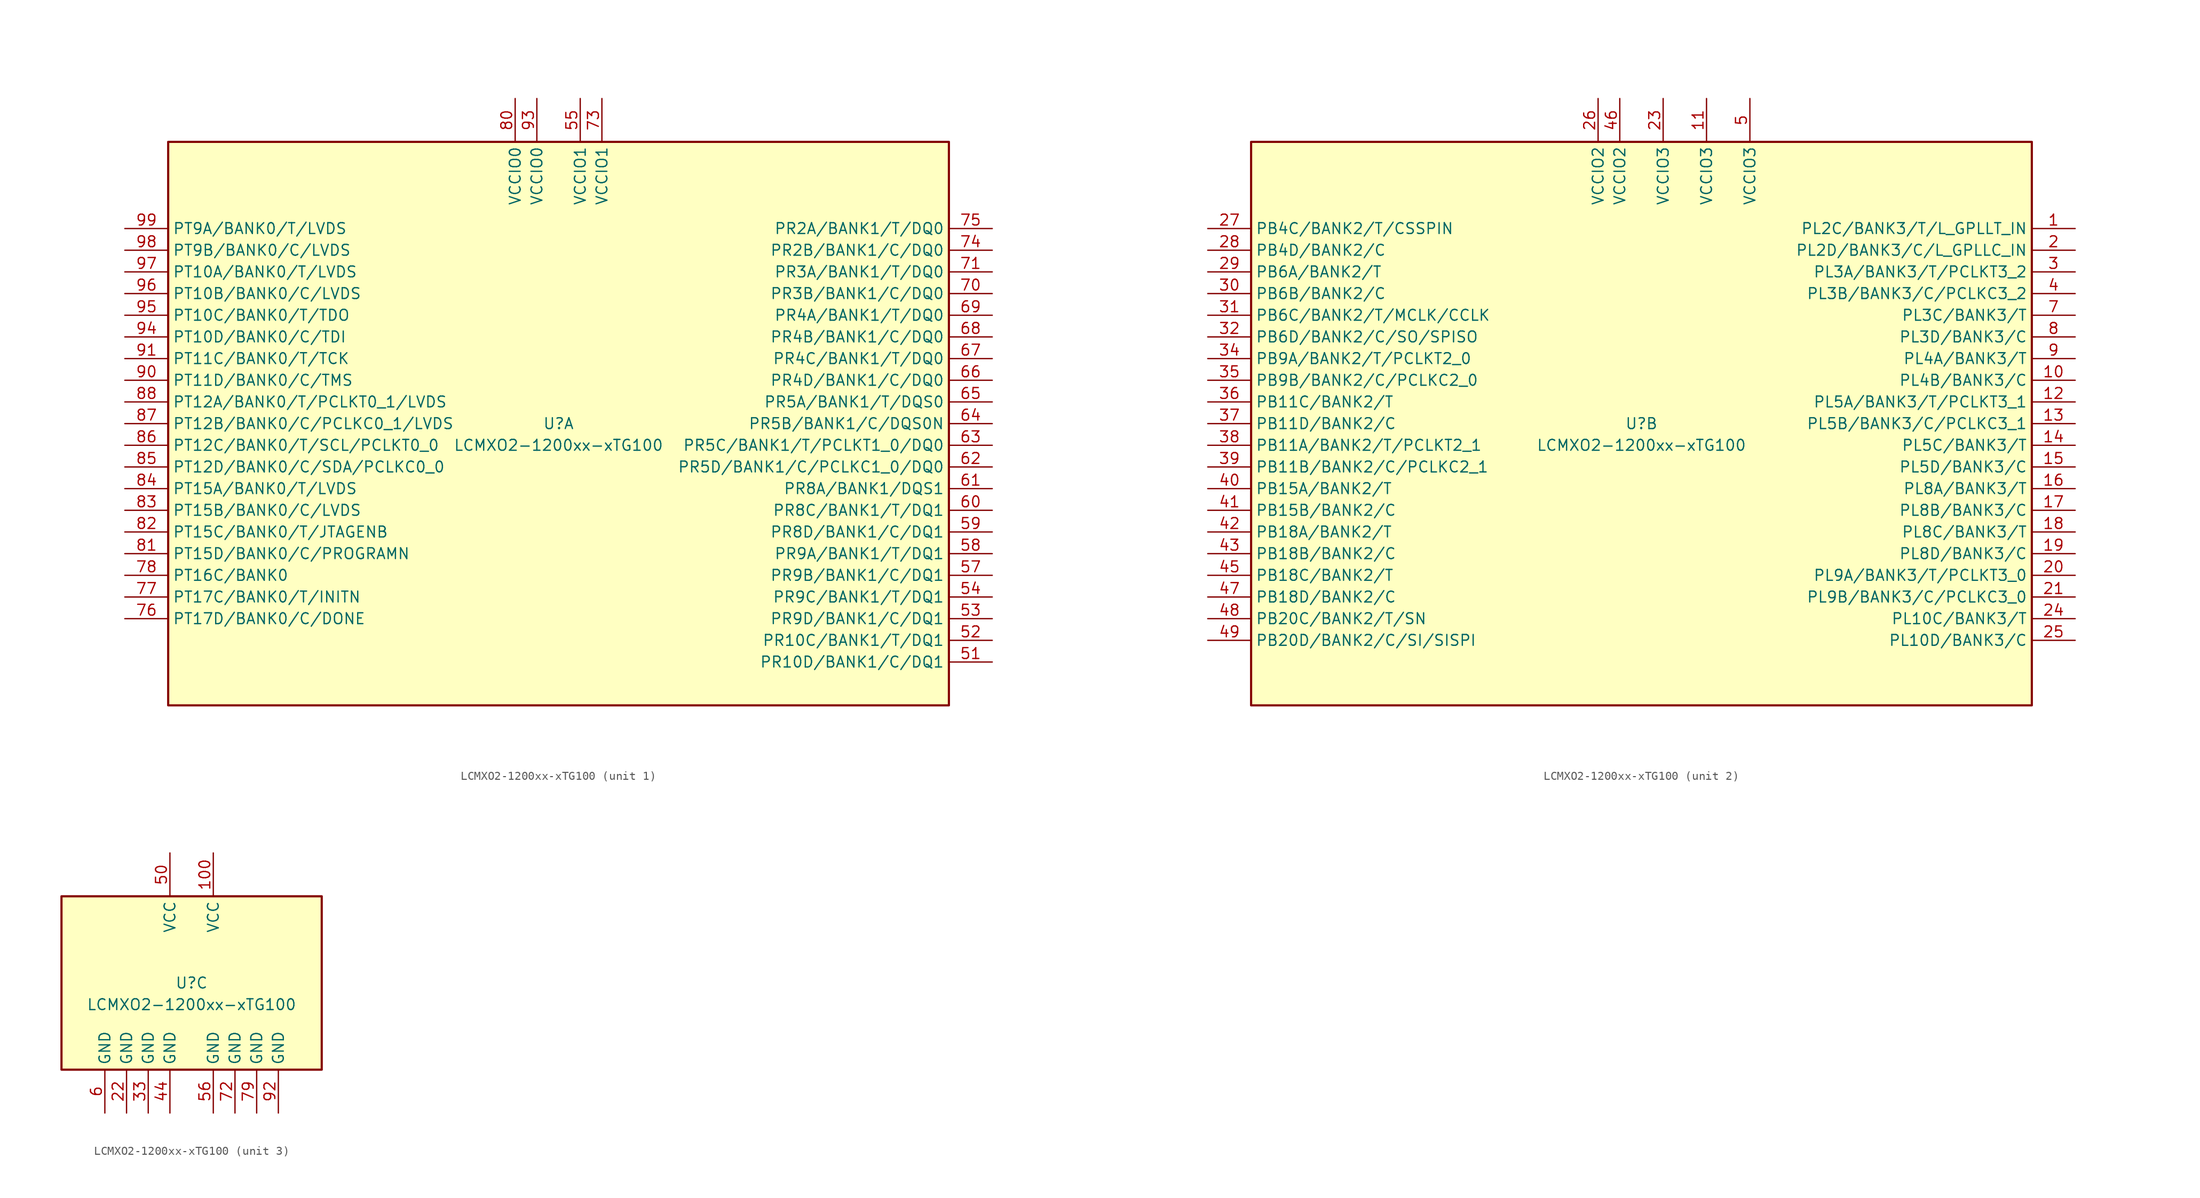
<source format=kicad_sym>
(kicad_symbol_lib
  (version 20241209)
  (generator "kicad_symbol_editor")
  (generator_version "9.0")
  (symbol "LCMXO2-1200xx-xTG100"
    (property "Reference" "U"
      (at 0 0 0)
      (effects (font (size 1.27 1.27))))
    (property "Value" "LCMXO2-1200xx-xTG100"
      (at 0 -2.54 0)
      (effects (font (size 1.27 1.27))))
    (property "ki_locked" ""
      (at 0 0 0)
      (effects (font (size 1.27 1.27))))
    (symbol "LCMXO2-1200xx-xTG100_1_1"
      (rectangle (start -45.72 33.02) (end 45.72 -33.02) (stroke (width 0.254) (type default)) (fill (type background)))
      (pin bidirectional line (at -50.8 22.86 0) (length 5.08) (name "PT9A/BANK0/T/LVDS" (effects (font (size 1.27 1.27)))) (number "99" (effects (font (size 1.27 1.27)))))
      (pin bidirectional line (at -50.8 20.32 0) (length 5.08) (name "PT9B/BANK0/C/LVDS" (effects (font (size 1.27 1.27)))) (number "98" (effects (font (size 1.27 1.27)))))
      (pin bidirectional line (at -50.8 17.78 0) (length 5.08) (name "PT10A/BANK0/T/LVDS" (effects (font (size 1.27 1.27)))) (number "97" (effects (font (size 1.27 1.27)))))
      (pin bidirectional line (at -50.8 15.24 0) (length 5.08) (name "PT10B/BANK0/C/LVDS" (effects (font (size 1.27 1.27)))) (number "96" (effects (font (size 1.27 1.27)))))
      (pin bidirectional line (at -50.8 12.7 0) (length 5.08) (name "PT10C/BANK0/T/TDO" (effects (font (size 1.27 1.27)))) (number "95" (effects (font (size 1.27 1.27)))))
      (pin bidirectional line (at -50.8 10.16 0) (length 5.08) (name "PT10D/BANK0/C/TDI" (effects (font (size 1.27 1.27)))) (number "94" (effects (font (size 1.27 1.27)))))
      (pin bidirectional line (at -50.8 7.62 0) (length 5.08) (name "PT11C/BANK0/T/TCK" (effects (font (size 1.27 1.27)))) (number "91" (effects (font (size 1.27 1.27)))))
      (pin bidirectional line (at -50.8 5.08 0) (length 5.08) (name "PT11D/BANK0/C/TMS" (effects (font (size 1.27 1.27)))) (number "90" (effects (font (size 1.27 1.27)))))
      (pin bidirectional line (at -50.8 2.54 0) (length 5.08) (name "PT12A/BANK0/T/PCLKT0_1/LVDS" (effects (font (size 1.27 1.27)))) (number "88" (effects (font (size 1.27 1.27)))))
      (pin bidirectional line (at -50.8 0 0) (length 5.08) (name "PT12B/BANK0/C/PCLKC0_1/LVDS" (effects (font (size 1.27 1.27)))) (number "87" (effects (font (size 1.27 1.27)))))
      (pin bidirectional line (at -50.8 -2.54 0) (length 5.08) (name "PT12C/BANK0/T/SCL/PCLKT0_0" (effects (font (size 1.27 1.27)))) (number "86" (effects (font (size 1.27 1.27)))))
      (pin bidirectional line (at -50.8 -5.08 0) (length 5.08) (name "PT12D/BANK0/C/SDA/PCLKC0_0" (effects (font (size 1.27 1.27)))) (number "85" (effects (font (size 1.27 1.27)))))
      (pin bidirectional line (at -50.8 -7.62 0) (length 5.08) (name "PT15A/BANK0/T/LVDS" (effects (font (size 1.27 1.27)))) (number "84" (effects (font (size 1.27 1.27)))))
      (pin bidirectional line (at -50.8 -10.16 0) (length 5.08) (name "PT15B/BANK0/C/LVDS" (effects (font (size 1.27 1.27)))) (number "83" (effects (font (size 1.27 1.27)))))
      (pin bidirectional line (at -50.8 -12.7 0) (length 5.08) (name "PT15C/BANK0/T/JTAGENB" (effects (font (size 1.27 1.27)))) (number "82" (effects (font (size 1.27 1.27)))))
      (pin bidirectional line (at -50.8 -15.24 0) (length 5.08) (name "PT15D/BANK0/C/PROGRAMN" (effects (font (size 1.27 1.27)))) (number "81" (effects (font (size 1.27 1.27)))))
      (pin bidirectional line (at -50.8 -17.78 0) (length 5.08) (name "PT16C/BANK0" (effects (font (size 1.27 1.27)))) (number "78" (effects (font (size 1.27 1.27)))))
      (pin bidirectional line (at -50.8 -20.32 0) (length 5.08) (name "PT17C/BANK0/T/INITN" (effects (font (size 1.27 1.27)))) (number "77" (effects (font (size 1.27 1.27)))))
      (pin bidirectional line (at -50.8 -22.86 0) (length 5.08) (name "PT17D/BANK0/C/DONE" (effects (font (size 1.27 1.27)))) (number "76" (effects (font (size 1.27 1.27)))))
      (pin no_connect line (at -45.72 -25.4 0) (length 5.08) (hide yes) (name "NC" (effects (font (size 1.27 1.27)))) (number "89" (effects (font (size 1.27 1.27)))))
      (pin power_in line (at -5.08 38.1 270) (length 5.08) (name "VCCIO0" (effects (font (size 1.27 1.27)))) (number "80" (effects (font (size 1.27 1.27)))))
      (pin power_in line (at -2.54 38.1 270) (length 5.08) (name "VCCIO0" (effects (font (size 1.27 1.27)))) (number "93" (effects (font (size 1.27 1.27)))))
      (pin power_in line (at 2.54 38.1 270) (length 5.08) (name "VCCIO1" (effects (font (size 1.27 1.27)))) (number "55" (effects (font (size 1.27 1.27)))))
      (pin power_in line (at 5.08 38.1 270) (length 5.08) (name "VCCIO1" (effects (font (size 1.27 1.27)))) (number "73" (effects (font (size 1.27 1.27)))))
      (pin bidirectional line (at 50.8 22.86 180) (length 5.08) (name "PR2A/BANK1/T/DQ0" (effects (font (size 1.27 1.27)))) (number "75" (effects (font (size 1.27 1.27)))))
      (pin bidirectional line (at 50.8 20.32 180) (length 5.08) (name "PR2B/BANK1/C/DQ0" (effects (font (size 1.27 1.27)))) (number "74" (effects (font (size 1.27 1.27)))))
      (pin bidirectional line (at 50.8 17.78 180) (length 5.08) (name "PR3A/BANK1/T/DQ0" (effects (font (size 1.27 1.27)))) (number "71" (effects (font (size 1.27 1.27)))))
      (pin bidirectional line (at 50.8 15.24 180) (length 5.08) (name "PR3B/BANK1/C/DQ0" (effects (font (size 1.27 1.27)))) (number "70" (effects (font (size 1.27 1.27)))))
      (pin bidirectional line (at 50.8 12.7 180) (length 5.08) (name "PR4A/BANK1/T/DQ0" (effects (font (size 1.27 1.27)))) (number "69" (effects (font (size 1.27 1.27)))))
      (pin bidirectional line (at 50.8 10.16 180) (length 5.08) (name "PR4B/BANK1/C/DQ0" (effects (font (size 1.27 1.27)))) (number "68" (effects (font (size 1.27 1.27)))))
      (pin bidirectional line (at 50.8 7.62 180) (length 5.08) (name "PR4C/BANK1/T/DQ0" (effects (font (size 1.27 1.27)))) (number "67" (effects (font (size 1.27 1.27)))))
      (pin bidirectional line (at 50.8 5.08 180) (length 5.08) (name "PR4D/BANK1/C/DQ0" (effects (font (size 1.27 1.27)))) (number "66" (effects (font (size 1.27 1.27)))))
      (pin bidirectional line (at 50.8 2.54 180) (length 5.08) (name "PR5A/BANK1/T/DQS0" (effects (font (size 1.27 1.27)))) (number "65" (effects (font (size 1.27 1.27)))))
      (pin bidirectional line (at 50.8 0 180) (length 5.08) (name "PR5B/BANK1/C/DQS0N" (effects (font (size 1.27 1.27)))) (number "64" (effects (font (size 1.27 1.27)))))
      (pin bidirectional line (at 50.8 -2.54 180) (length 5.08) (name "PR5C/BANK1/T/PCLKT1_0/DQ0" (effects (font (size 1.27 1.27)))) (number "63" (effects (font (size 1.27 1.27)))))
      (pin bidirectional line (at 50.8 -5.08 180) (length 5.08) (name "PR5D/BANK1/C/PCLKC1_0/DQ0" (effects (font (size 1.27 1.27)))) (number "62" (effects (font (size 1.27 1.27)))))
      (pin bidirectional line (at 50.8 -7.62 180) (length 5.08) (name "PR8A/BANK1/DQS1" (effects (font (size 1.27 1.27)))) (number "61" (effects (font (size 1.27 1.27)))))
      (pin bidirectional line (at 50.8 -10.16 180) (length 5.08) (name "PR8C/BANK1/T/DQ1" (effects (font (size 1.27 1.27)))) (number "60" (effects (font (size 1.27 1.27)))))
      (pin bidirectional line (at 50.8 -12.7 180) (length 5.08) (name "PR8D/BANK1/C/DQ1" (effects (font (size 1.27 1.27)))) (number "59" (effects (font (size 1.27 1.27)))))
      (pin bidirectional line (at 50.8 -15.24 180) (length 5.08) (name "PR9A/BANK1/T/DQ1" (effects (font (size 1.27 1.27)))) (number "58" (effects (font (size 1.27 1.27)))))
      (pin bidirectional line (at 50.8 -17.78 180) (length 5.08) (name "PR9B/BANK1/C/DQ1" (effects (font (size 1.27 1.27)))) (number "57" (effects (font (size 1.27 1.27)))))
      (pin bidirectional line (at 50.8 -20.32 180) (length 5.08) (name "PR9C/BANK1/T/DQ1" (effects (font (size 1.27 1.27)))) (number "54" (effects (font (size 1.27 1.27)))))
      (pin bidirectional line (at 50.8 -22.86 180) (length 5.08) (name "PR9D/BANK1/C/DQ1" (effects (font (size 1.27 1.27)))) (number "53" (effects (font (size 1.27 1.27)))))
      (pin bidirectional line (at 50.8 -25.4 180) (length 5.08) (name "PR10C/BANK1/T/DQ1" (effects (font (size 1.27 1.27)))) (number "52" (effects (font (size 1.27 1.27)))))
      (pin bidirectional line (at 50.8 -27.94 180) (length 5.08) (name "PR10D/BANK1/C/DQ1" (effects (font (size 1.27 1.27)))) (number "51" (effects (font (size 1.27 1.27))))))
    (symbol "LCMXO2-1200xx-xTG100_2_1"
      (rectangle (start -45.72 33.02) (end 45.72 -33.02) (stroke (width 0.254) (type default)) (fill (type background)))
      (pin bidirectional line (at -50.8 22.86 0) (length 5.08) (name "PB4C/BANK2/T/CSSPIN" (effects (font (size 1.27 1.27)))) (number "27" (effects (font (size 1.27 1.27)))))
      (pin bidirectional line (at -50.8 20.32 0) (length 5.08) (name "PB4D/BANK2/C" (effects (font (size 1.27 1.27)))) (number "28" (effects (font (size 1.27 1.27)))))
      (pin bidirectional line (at -50.8 17.78 0) (length 5.08) (name "PB6A/BANK2/T" (effects (font (size 1.27 1.27)))) (number "29" (effects (font (size 1.27 1.27)))))
      (pin bidirectional line (at -50.8 15.24 0) (length 5.08) (name "PB6B/BANK2/C" (effects (font (size 1.27 1.27)))) (number "30" (effects (font (size 1.27 1.27)))))
      (pin bidirectional line (at -50.8 12.7 0) (length 5.08) (name "PB6C/BANK2/T/MCLK/CCLK" (effects (font (size 1.27 1.27)))) (number "31" (effects (font (size 1.27 1.27)))))
      (pin bidirectional line (at -50.8 10.16 0) (length 5.08) (name "PB6D/BANK2/C/SO/SPISO" (effects (font (size 1.27 1.27)))) (number "32" (effects (font (size 1.27 1.27)))))
      (pin bidirectional line (at -50.8 7.62 0) (length 5.08) (name "PB9A/BANK2/T/PCLKT2_0" (effects (font (size 1.27 1.27)))) (number "34" (effects (font (size 1.27 1.27)))))
      (pin bidirectional line (at -50.8 5.08 0) (length 5.08) (name "PB9B/BANK2/C/PCLKC2_0" (effects (font (size 1.27 1.27)))) (number "35" (effects (font (size 1.27 1.27)))))
      (pin bidirectional line (at -50.8 2.54 0) (length 5.08) (name "PB11C/BANK2/T" (effects (font (size 1.27 1.27)))) (number "36" (effects (font (size 1.27 1.27)))))
      (pin bidirectional line (at -50.8 0 0) (length 5.08) (name "PB11D/BANK2/C" (effects (font (size 1.27 1.27)))) (number "37" (effects (font (size 1.27 1.27)))))
      (pin bidirectional line (at -50.8 -2.54 0) (length 5.08) (name "PB11A/BANK2/T/PCLKT2_1" (effects (font (size 1.27 1.27)))) (number "38" (effects (font (size 1.27 1.27)))))
      (pin bidirectional line (at -50.8 -5.08 0) (length 5.08) (name "PB11B/BANK2/C/PCLKC2_1" (effects (font (size 1.27 1.27)))) (number "39" (effects (font (size 1.27 1.27)))))
      (pin bidirectional line (at -50.8 -7.62 0) (length 5.08) (name "PB15A/BANK2/T" (effects (font (size 1.27 1.27)))) (number "40" (effects (font (size 1.27 1.27)))))
      (pin bidirectional line (at -50.8 -10.16 0) (length 5.08) (name "PB15B/BANK2/C" (effects (font (size 1.27 1.27)))) (number "41" (effects (font (size 1.27 1.27)))))
      (pin bidirectional line (at -50.8 -12.7 0) (length 5.08) (name "PB18A/BANK2/T" (effects (font (size 1.27 1.27)))) (number "42" (effects (font (size 1.27 1.27)))))
      (pin bidirectional line (at -50.8 -15.24 0) (length 5.08) (name "PB18B/BANK2/C" (effects (font (size 1.27 1.27)))) (number "43" (effects (font (size 1.27 1.27)))))
      (pin bidirectional line (at -50.8 -17.78 0) (length 5.08) (name "PB18C/BANK2/T" (effects (font (size 1.27 1.27)))) (number "45" (effects (font (size 1.27 1.27)))))
      (pin bidirectional line (at -50.8 -20.32 0) (length 5.08) (name "PB18D/BANK2/C" (effects (font (size 1.27 1.27)))) (number "47" (effects (font (size 1.27 1.27)))))
      (pin bidirectional line (at -50.8 -22.86 0) (length 5.08) (name "PB20C/BANK2/T/SN" (effects (font (size 1.27 1.27)))) (number "48" (effects (font (size 1.27 1.27)))))
      (pin bidirectional line (at -50.8 -25.4 0) (length 5.08) (name "PB20D/BANK2/C/SI/SISPI" (effects (font (size 1.27 1.27)))) (number "49" (effects (font (size 1.27 1.27)))))
      (pin power_in line (at -5.08 38.1 270) (length 5.08) (name "VCCIO2" (effects (font (size 1.27 1.27)))) (number "26" (effects (font (size 1.27 1.27)))))
      (pin power_in line (at -2.54 38.1 270) (length 5.08) (name "VCCIO2" (effects (font (size 1.27 1.27)))) (number "46" (effects (font (size 1.27 1.27)))))
      (pin power_in line (at 2.54 38.1 270) (length 5.08) (name "VCCIO3" (effects (font (size 1.27 1.27)))) (number "23" (effects (font (size 1.27 1.27)))))
      (pin power_in line (at 7.62 38.1 270) (length 5.08) (name "VCCIO3" (effects (font (size 1.27 1.27)))) (number "11" (effects (font (size 1.27 1.27)))))
      (pin power_in line (at 12.7 38.1 270) (length 5.08) (name "VCCIO3" (effects (font (size 1.27 1.27)))) (number "5" (effects (font (size 1.27 1.27)))))
      (pin bidirectional line (at 50.8 22.86 180) (length 5.08) (name "PL2C/BANK3/T/L_GPLLT_IN" (effects (font (size 1.27 1.27)))) (number "1" (effects (font (size 1.27 1.27)))))
      (pin bidirectional line (at 50.8 20.32 180) (length 5.08) (name "PL2D/BANK3/C/L_GPLLC_IN" (effects (font (size 1.27 1.27)))) (number "2" (effects (font (size 1.27 1.27)))))
      (pin bidirectional line (at 50.8 17.78 180) (length 5.08) (name "PL3A/BANK3/T/PCLKT3_2" (effects (font (size 1.27 1.27)))) (number "3" (effects (font (size 1.27 1.27)))))
      (pin bidirectional line (at 50.8 15.24 180) (length 5.08) (name "PL3B/BANK3/C/PCLKC3_2" (effects (font (size 1.27 1.27)))) (number "4" (effects (font (size 1.27 1.27)))))
      (pin bidirectional line (at 50.8 12.7 180) (length 5.08) (name "PL3C/BANK3/T" (effects (font (size 1.27 1.27)))) (number "7" (effects (font (size 1.27 1.27)))))
      (pin bidirectional line (at 50.8 10.16 180) (length 5.08) (name "PL3D/BANK3/C" (effects (font (size 1.27 1.27)))) (number "8" (effects (font (size 1.27 1.27)))))
      (pin bidirectional line (at 50.8 7.62 180) (length 5.08) (name "PL4A/BANK3/T" (effects (font (size 1.27 1.27)))) (number "9" (effects (font (size 1.27 1.27)))))
      (pin bidirectional line (at 50.8 5.08 180) (length 5.08) (name "PL4B/BANK3/C" (effects (font (size 1.27 1.27)))) (number "10" (effects (font (size 1.27 1.27)))))
      (pin bidirectional line (at 50.8 2.54 180) (length 5.08) (name "PL5A/BANK3/T/PCLKT3_1" (effects (font (size 1.27 1.27)))) (number "12" (effects (font (size 1.27 1.27)))))
      (pin bidirectional line (at 50.8 0 180) (length 5.08) (name "PL5B/BANK3/C/PCLKC3_1" (effects (font (size 1.27 1.27)))) (number "13" (effects (font (size 1.27 1.27)))))
      (pin bidirectional line (at 50.8 -2.54 180) (length 5.08) (name "PL5C/BANK3/T" (effects (font (size 1.27 1.27)))) (number "14" (effects (font (size 1.27 1.27)))))
      (pin bidirectional line (at 50.8 -5.08 180) (length 5.08) (name "PL5D/BANK3/C" (effects (font (size 1.27 1.27)))) (number "15" (effects (font (size 1.27 1.27)))))
      (pin bidirectional line (at 50.8 -7.62 180) (length 5.08) (name "PL8A/BANK3/T" (effects (font (size 1.27 1.27)))) (number "16" (effects (font (size 1.27 1.27)))))
      (pin bidirectional line (at 50.8 -10.16 180) (length 5.08) (name "PL8B/BANK3/C" (effects (font (size 1.27 1.27)))) (number "17" (effects (font (size 1.27 1.27)))))
      (pin bidirectional line (at 50.8 -12.7 180) (length 5.08) (name "PL8C/BANK3/T" (effects (font (size 1.27 1.27)))) (number "18" (effects (font (size 1.27 1.27)))))
      (pin bidirectional line (at 50.8 -15.24 180) (length 5.08) (name "PL8D/BANK3/C" (effects (font (size 1.27 1.27)))) (number "19" (effects (font (size 1.27 1.27)))))
      (pin bidirectional line (at 50.8 -17.78 180) (length 5.08) (name "PL9A/BANK3/T/PCLKT3_0" (effects (font (size 1.27 1.27)))) (number "20" (effects (font (size 1.27 1.27)))))
      (pin bidirectional line (at 50.8 -20.32 180) (length 5.08) (name "PL9B/BANK3/C/PCLKC3_0" (effects (font (size 1.27 1.27)))) (number "21" (effects (font (size 1.27 1.27)))))
      (pin bidirectional line (at 50.8 -22.86 180) (length 5.08) (name "PL10C/BANK3/T" (effects (font (size 1.27 1.27)))) (number "24" (effects (font (size 1.27 1.27)))))
      (pin bidirectional line (at 50.8 -25.4 180) (length 5.08) (name "PL10D/BANK3/C" (effects (font (size 1.27 1.27)))) (number "25" (effects (font (size 1.27 1.27))))))
    (symbol "LCMXO2-1200xx-xTG100_3_1"
      (rectangle (start -15.24 10.16) (end 15.24 -10.16) (stroke (width 0.254) (type default)) (fill (type background)))
      (pin power_in line (at -10.16 -15.24 90) (length 5.08) (name "GND" (effects (font (size 1.27 1.27)))) (number "6" (effects (font (size 1.27 1.27)))))
      (pin power_in line (at -7.62 -15.24 90) (length 5.08) (name "GND" (effects (font (size 1.27 1.27)))) (number "22" (effects (font (size 1.27 1.27)))))
      (pin power_in line (at -5.08 -15.24 90) (length 5.08) (name "GND" (effects (font (size 1.27 1.27)))) (number "33" (effects (font (size 1.27 1.27)))))
      (pin power_in line (at -2.54 15.24 270) (length 5.08) (name "VCC" (effects (font (size 1.27 1.27)))) (number "50" (effects (font (size 1.27 1.27)))))
      (pin power_in line (at -2.54 -15.24 90) (length 5.08) (name "GND" (effects (font (size 1.27 1.27)))) (number "44" (effects (font (size 1.27 1.27)))))
      (pin power_in line (at 2.54 15.24 270) (length 5.08) (name "VCC" (effects (font (size 1.27 1.27)))) (number "100" (effects (font (size 1.27 1.27)))))
      (pin power_in line (at 2.54 -15.24 90) (length 5.08) (name "GND" (effects (font (size 1.27 1.27)))) (number "56" (effects (font (size 1.27 1.27)))))
      (pin power_in line (at 5.08 -15.24 90) (length 5.08) (name "GND" (effects (font (size 1.27 1.27)))) (number "72" (effects (font (size 1.27 1.27)))))
      (pin power_in line (at 7.62 -15.24 90) (length 5.08) (name "GND" (effects (font (size 1.27 1.27)))) (number "79" (effects (font (size 1.27 1.27)))))
      (pin power_in line (at 10.16 -15.24 90) (length 5.08) (name "GND" (effects (font (size 1.27 1.27)))) (number "92" (effects (font (size 1.27 1.27))))))))
</source>
